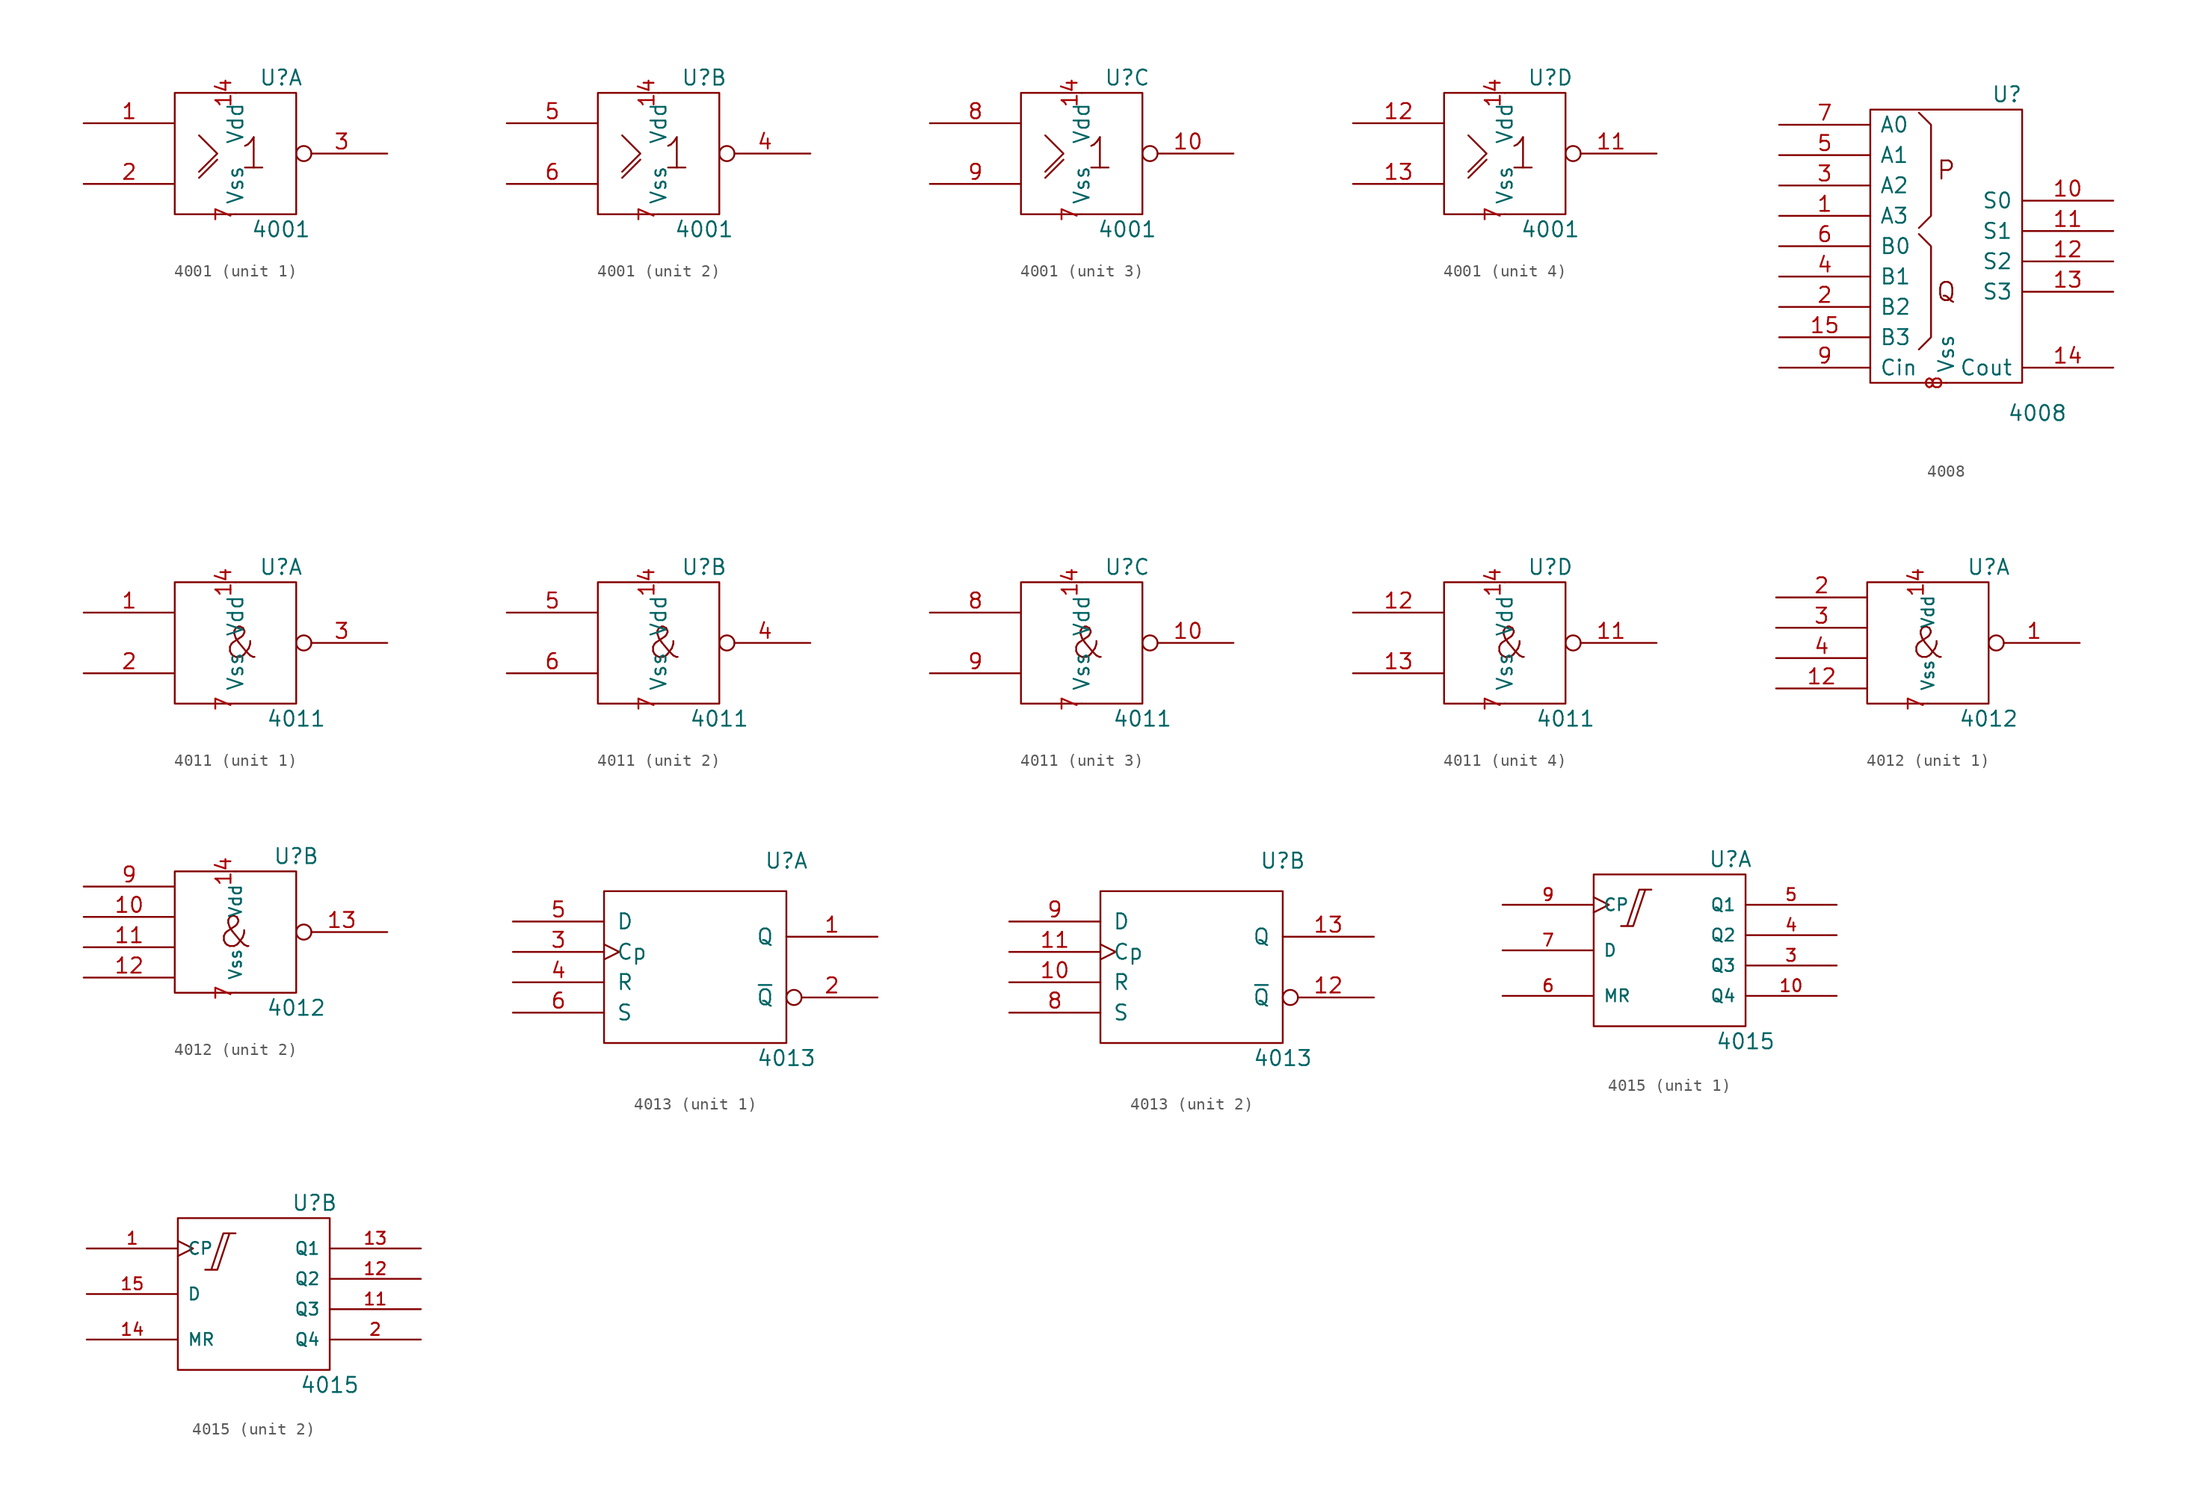
<source format=kicad_sym>
(kicad_symbol_lib
  (version 20211014)
  (generator kicad_symbol_editor)
  (symbol "4001"
    (pin_names
      (offset 0.762))
    (property "Reference" "U"
      (at 3.81 6.35 0)
      (effects (font (size 1.27 1.27))))
    (property "Value" "4001"
      (at 3.81 -6.35 0)
      (effects (font (size 1.27 1.27))))
    (symbol "4001_0_0"
      (rectangle (start -5.08 5.08) (end 5.08 -5.08) (stroke (width 0) (type default) (color 0 0 0 0)) (fill (type none)))
      (text "1" (at 1.524 0 0) (effects (font (size 2.54 2.54))))
      (pin power_in line (at 0 5.08 270) (length 0) (name "Vdd" (effects (font (size 1.27 1.27)))) (number "14" (effects (font (size 1.27 1.27)))))
      (pin power_in line (at 0 -5.08 90) (length 0) (name "Vss" (effects (font (size 1.27 1.27)))) (number "7" (effects (font (size 1.27 1.27))))))
    (symbol "4001_0_1"
      (polyline (pts (xy -3.048 -2.032) (xy -1.524 -0.508) (xy -1.524 -0.508)) (stroke (width 0) (type default) (color 0 0 0 0)) (fill (type none)))
      (polyline (pts (xy -3.048 1.524) (xy -1.524 0) (xy -3.048 -1.524) (xy -3.048 -1.524)) (stroke (width 0) (type default) (color 0 0 0 0)) (fill (type none))))
    (symbol "4001_1_1"
      (pin input line (at -12.7 2.54 0) (length 7.62) (name "~" (effects (font (size 1.27 1.27)))) (number "1" (effects (font (size 1.27 1.27)))))
      (pin input line (at -12.7 -2.54 0) (length 7.62) (name "~" (effects (font (size 1.27 1.27)))) (number "2" (effects (font (size 1.27 1.27)))))
      (pin output inverted (at 12.7 0 180) (length 7.62) (name "~" (effects (font (size 1.27 1.27)))) (number "3" (effects (font (size 1.27 1.27))))))
    (symbol "4001_2_1"
      (pin output inverted (at 12.7 0 180) (length 7.62) (name "~" (effects (font (size 1.27 1.27)))) (number "4" (effects (font (size 1.27 1.27)))))
      (pin input line (at -12.7 2.54 0) (length 7.62) (name "~" (effects (font (size 1.27 1.27)))) (number "5" (effects (font (size 1.27 1.27)))))
      (pin input line (at -12.7 -2.54 0) (length 7.62) (name "~" (effects (font (size 1.27 1.27)))) (number "6" (effects (font (size 1.27 1.27))))))
    (symbol "4001_3_1"
      (pin output inverted (at 12.7 0 180) (length 7.62) (name "~" (effects (font (size 1.27 1.27)))) (number "10" (effects (font (size 1.27 1.27)))))
      (pin input line (at -12.7 2.54 0) (length 7.62) (name "~" (effects (font (size 1.27 1.27)))) (number "8" (effects (font (size 1.27 1.27)))))
      (pin input line (at -12.7 -2.54 0) (length 7.62) (name "~" (effects (font (size 1.27 1.27)))) (number "9" (effects (font (size 1.27 1.27))))))
    (symbol "4001_4_1"
      (pin output inverted (at 12.7 0 180) (length 7.62) (name "~" (effects (font (size 1.27 1.27)))) (number "11" (effects (font (size 1.27 1.27)))))
      (pin input line (at -12.7 2.54 0) (length 7.62) (name "~" (effects (font (size 1.27 1.27)))) (number "12" (effects (font (size 1.27 1.27)))))
      (pin input line (at -12.7 -2.54 0) (length 7.62) (name "~" (effects (font (size 1.27 1.27)))) (number "13" (effects (font (size 1.27 1.27)))))))
  (symbol "4008"
    (pin_names
      (offset 0.762))
    (property "Reference" "U"
      (at 5.08 12.7 0)
      (effects (font (size 1.27 1.27))))
    (property "Value" "4008"
      (at 7.62 -13.97 0)
      (effects (font (size 1.27 1.27))))
    (symbol "4008_0_0"
      (text "P" (at 0 6.35 0) (effects (font (size 1.524 1.524))))
      (text "Q" (at 0 -3.81 0) (effects (font (size 1.524 1.524)))))
    (symbol "4008_0_1"
      (rectangle (start -6.35 11.43) (end 6.35 -11.43) (stroke (width 0) (type default) (color 0 0 0 0)) (fill (type none)))
      (polyline (pts (xy -2.286 1.016) (xy -1.27 0) (xy -1.27 -7.62) (xy -2.286 -8.636) (xy -2.286 -8.636)) (stroke (width 0) (type default) (color 0 0 0 0)) (fill (type none)))
      (polyline (pts (xy -2.286 1.524) (xy -1.27 2.54) (xy -1.27 10.16) (xy -2.286 11.176) (xy -2.286 11.176)) (stroke (width 0) (type default) (color 0 0 0 0)) (fill (type none))))
    (symbol "4008_1_1"
      (pin input line (at -13.97 2.54 0) (length 7.62) (name "A3" (effects (font (size 1.27 1.27)))) (number "1" (effects (font (size 1.27 1.27)))))
      (pin output line (at 13.97 3.81 180) (length 7.62) (name "S0" (effects (font (size 1.27 1.27)))) (number "10" (effects (font (size 1.27 1.27)))))
      (pin output line (at 13.97 1.27 180) (length 7.62) (name "S1" (effects (font (size 1.27 1.27)))) (number "11" (effects (font (size 1.27 1.27)))))
      (pin output line (at 13.97 -1.27 180) (length 7.62) (name "S2" (effects (font (size 1.27 1.27)))) (number "12" (effects (font (size 1.27 1.27)))))
      (pin output line (at 13.97 -3.81 180) (length 7.62) (name "S3" (effects (font (size 1.27 1.27)))) (number "13" (effects (font (size 1.27 1.27)))))
      (pin output line (at 13.97 -10.16 180) (length 7.62) (name "Cout" (effects (font (size 1.27 1.27)))) (number "14" (effects (font (size 1.27 1.27)))))
      (pin input line (at -13.97 -7.62 0) (length 7.62) (name "B3" (effects (font (size 1.27 1.27)))) (number "15" (effects (font (size 1.27 1.27)))))
      (pin output line (at 0 11.43 270) (length 0) hide (name "Vdd" (effects (font (size 1.27 1.27)))) (number "16" (effects (font (size 1.27 1.27)))))
      (pin input line (at -13.97 -5.08 0) (length 7.62) (name "B2" (effects (font (size 1.27 1.27)))) (number "2" (effects (font (size 1.27 1.27)))))
      (pin input line (at -13.97 5.08 0) (length 7.62) (name "A2" (effects (font (size 1.27 1.27)))) (number "3" (effects (font (size 1.27 1.27)))))
      (pin input line (at -13.97 -2.54 0) (length 7.62) (name "B1" (effects (font (size 1.27 1.27)))) (number "4" (effects (font (size 1.27 1.27)))))
      (pin input line (at -13.97 7.62 0) (length 7.62) (name "A1" (effects (font (size 1.27 1.27)))) (number "5" (effects (font (size 1.27 1.27)))))
      (pin input line (at -13.97 0 0) (length 7.62) (name "B0" (effects (font (size 1.27 1.27)))) (number "6" (effects (font (size 1.27 1.27)))))
      (pin input line (at -13.97 10.16 0) (length 7.62) (name "A0" (effects (font (size 1.27 1.27)))) (number "7" (effects (font (size 1.27 1.27)))))
      (pin output line (at 0 -11.43 90) (length 0) (name "Vss" (effects (font (size 1.27 1.27)))) (number "8" (effects (font (size 1.27 1.27)))))
      (pin input line (at -13.97 -10.16 0) (length 7.62) (name "Cin" (effects (font (size 1.27 1.27)))) (number "9" (effects (font (size 1.27 1.27)))))))
  (symbol "4011"
    (pin_names
      (offset 1.016))
    (property "Reference" "U"
      (at 3.81 6.35 0)
      (effects (font (size 1.27 1.27))))
    (property "Value" "4011"
      (at 5.08 -6.35 0)
      (effects (font (size 1.27 1.27))))
    (symbol "4011_0_0"
      (rectangle (start -5.08 5.08) (end 5.08 -5.08) (stroke (width 0) (type default) (color 0 0 0 0)) (fill (type none)))
      (text "&" (at 0.508 0 0) (effects (font (size 2.54 2.54)))))
    (symbol "4011_0_1"
      (pin power_in line (at 0 5.08 270) (length 0) (name "Vdd" (effects (font (size 1.27 1.27)))) (number "14" (effects (font (size 1.27 1.27)))))
      (pin power_in line (at 0 -5.08 90) (length 0) (name "Vss" (effects (font (size 1.27 1.27)))) (number "7" (effects (font (size 1.27 1.27))))))
    (symbol "4011_1_1"
      (pin input line (at -12.7 2.54 0) (length 7.62) (name "~" (effects (font (size 1.27 1.27)))) (number "1" (effects (font (size 1.27 1.27)))))
      (pin input line (at -12.7 -2.54 0) (length 7.62) (name "~" (effects (font (size 1.27 1.27)))) (number "2" (effects (font (size 1.27 1.27)))))
      (pin output inverted (at 12.7 0 180) (length 7.62) (name "~" (effects (font (size 1.27 1.27)))) (number "3" (effects (font (size 1.27 1.27))))))
    (symbol "4011_2_1"
      (pin output inverted (at 12.7 0 180) (length 7.62) (name "~" (effects (font (size 1.27 1.27)))) (number "4" (effects (font (size 1.27 1.27)))))
      (pin input line (at -12.7 2.54 0) (length 7.62) (name "~" (effects (font (size 1.27 1.27)))) (number "5" (effects (font (size 1.27 1.27)))))
      (pin input line (at -12.7 -2.54 0) (length 7.62) (name "~" (effects (font (size 1.27 1.27)))) (number "6" (effects (font (size 1.27 1.27))))))
    (symbol "4011_3_1"
      (pin output inverted (at 12.7 0 180) (length 7.62) (name "~" (effects (font (size 1.27 1.27)))) (number "10" (effects (font (size 1.27 1.27)))))
      (pin input line (at -12.7 2.54 0) (length 7.62) (name "~" (effects (font (size 1.27 1.27)))) (number "8" (effects (font (size 1.27 1.27)))))
      (pin input line (at -12.7 -2.54 0) (length 7.62) (name "~" (effects (font (size 1.27 1.27)))) (number "9" (effects (font (size 1.27 1.27))))))
    (symbol "4011_4_1"
      (pin output inverted (at 12.7 0 180) (length 7.62) (name "~" (effects (font (size 1.27 1.27)))) (number "11" (effects (font (size 1.27 1.27)))))
      (pin input line (at -12.7 2.54 0) (length 7.62) (name "~" (effects (font (size 1.27 1.27)))) (number "12" (effects (font (size 1.27 1.27)))))
      (pin input line (at -12.7 -2.54 0) (length 7.62) (name "~" (effects (font (size 1.27 1.27)))) (number "13" (effects (font (size 1.27 1.27)))))))
  (symbol "4012"
    (pin_names
      (offset 1.016))
    (property "Reference" "U"
      (at 5.08 6.35 0)
      (effects (font (size 1.27 1.27))))
    (property "Value" "4012"
      (at 5.08 -6.35 0)
      (effects (font (size 1.27 1.27))))
    (symbol "4012_0_0"
      (text "&" (at 0 0 0) (effects (font (size 2.54 2.54)))))
    (symbol "4012_0_1"
      (rectangle (start -5.08 5.08) (end 5.08 -5.08) (stroke (width 0) (type default) (color 0 0 0 0)) (fill (type none)))
      (pin power_in line (at 0 5.08 270) (length 0) (name "Vdd" (effects (font (size 1.016 1.016)))) (number "14" (effects (font (size 1.27 1.27)))))
      (pin power_in line (at 0 -5.08 90) (length 0) (name "Vss" (effects (font (size 1.016 1.016)))) (number "7" (effects (font (size 1.27 1.27))))))
    (symbol "4012_1_1"
      (pin output inverted (at 12.7 0 180) (length 7.62) (name "~" (effects (font (size 1.27 1.27)))) (number "1" (effects (font (size 1.27 1.27)))))
      (pin power_in line (at -12.7 -3.81 0) (length 7.62) (name "~" (effects (font (size 1.016 1.016)))) (number "12" (effects (font (size 1.27 1.27)))))
      (pin input line (at -12.7 3.81 0) (length 7.62) (name "~" (effects (font (size 1.27 1.27)))) (number "2" (effects (font (size 1.27 1.27)))))
      (pin input line (at -12.7 1.27 0) (length 7.62) (name "~" (effects (font (size 1.27 1.27)))) (number "3" (effects (font (size 1.27 1.27)))))
      (pin input line (at -12.7 -1.27 0) (length 7.62) (name "~" (effects (font (size 1.27 1.27)))) (number "4" (effects (font (size 1.27 1.27))))))
    (symbol "4012_2_1"
      (pin input line (at -12.7 1.27 0) (length 7.62) (name "~" (effects (font (size 1.27 1.27)))) (number "10" (effects (font (size 1.27 1.27)))))
      (pin input line (at -12.7 -1.27 0) (length 7.62) (name "~" (effects (font (size 1.27 1.27)))) (number "11" (effects (font (size 1.27 1.27)))))
      (pin power_in line (at -12.7 -3.81 0) (length 7.62) (name "~" (effects (font (size 1.016 1.016)))) (number "12" (effects (font (size 1.27 1.27)))))
      (pin output inverted (at 12.7 0 180) (length 7.62) (name "~" (effects (font (size 1.27 1.27)))) (number "13" (effects (font (size 1.27 1.27)))))
      (pin input line (at -12.7 3.81 0) (length 7.62) (name "~" (effects (font (size 1.27 1.27)))) (number "9" (effects (font (size 1.27 1.27)))))))
  (symbol "4013"
    (pin_names
      (offset 1.016))
    (property "Reference" "U"
      (at 7.62 8.89 0)
      (effects (font (size 1.27 1.27))))
    (property "Value" "4013"
      (at 7.62 -7.62 0)
      (effects (font (size 1.27 1.27))))
    (symbol "4013_0_0"
      (pin power_in line (at 0 6.35 270) (length 0) hide (name "Vdd" (effects (font (size 0.762 0.762)))) (number "14" (effects (font (size 1.27 1.27)))))
      (pin power_in line (at 0 -6.35 90) (length 0) hide (name "Vss" (effects (font (size 0.762 0.762)))) (number "7" (effects (font (size 1.27 1.27))))))
    (symbol "4013_0_1"
      (rectangle (start -7.62 6.35) (end 7.62 -6.35) (stroke (width 0) (type default) (color 0 0 0 0)) (fill (type none))))
    (symbol "4013_1_1"
      (pin output line (at 15.24 2.54 180) (length 7.62) (name "Q" (effects (font (size 1.27 1.27)))) (number "1" (effects (font (size 1.27 1.27)))))
      (pin output inverted (at 15.24 -2.54 180) (length 7.62) (name "~{Q}" (effects (font (size 1.27 1.27)))) (number "2" (effects (font (size 1.27 1.27)))))
      (pin input clock (at -15.24 1.27 0) (length 7.62) (name "Cp" (effects (font (size 1.27 1.27)))) (number "3" (effects (font (size 1.27 1.27)))))
      (pin input line (at -15.24 -1.27 0) (length 7.62) (name "R" (effects (font (size 1.27 1.27)))) (number "4" (effects (font (size 1.27 1.27)))))
      (pin input line (at -15.24 3.81 0) (length 7.62) (name "D" (effects (font (size 1.27 1.27)))) (number "5" (effects (font (size 1.27 1.27)))))
      (pin input line (at -15.24 -3.81 0) (length 7.62) (name "S" (effects (font (size 1.27 1.27)))) (number "6" (effects (font (size 1.27 1.27))))))
    (symbol "4013_2_1"
      (pin input line (at -15.24 -1.27 0) (length 7.62) (name "R" (effects (font (size 1.27 1.27)))) (number "10" (effects (font (size 1.27 1.27)))))
      (pin input clock (at -15.24 1.27 0) (length 7.62) (name "Cp" (effects (font (size 1.27 1.27)))) (number "11" (effects (font (size 1.27 1.27)))))
      (pin input inverted (at 15.24 -2.54 180) (length 7.62) (name "~{Q}" (effects (font (size 1.27 1.27)))) (number "12" (effects (font (size 1.27 1.27)))))
      (pin input line (at 15.24 2.54 180) (length 7.62) (name "Q" (effects (font (size 1.27 1.27)))) (number "13" (effects (font (size 1.27 1.27)))))
      (pin input line (at -15.24 -3.81 0) (length 7.62) (name "S" (effects (font (size 1.27 1.27)))) (number "8" (effects (font (size 1.27 1.27)))))
      (pin input line (at -15.24 3.81 0) (length 7.62) (name "D" (effects (font (size 1.27 1.27)))) (number "9" (effects (font (size 1.27 1.27)))))))
  (symbol "4015"
    (pin_names
      (offset 0.762))
    (property "Reference" "U"
      (at 5.08 7.62 0)
      (effects (font (size 1.27 1.27))))
    (property "Value" "4015"
      (at 6.35 -7.62 0)
      (effects (font (size 1.27 1.27))))
    (symbol "4015_0_1"
      (polyline (pts (xy -4.064 2.032) (xy -3.048 2.032) (xy -2.032 5.08) (xy -1.524 5.08) (xy -2.54 5.08) (xy -3.556 2.032) (xy -3.556 2.032)) (stroke (width 0) (type default) (color 0 0 0 0)) (fill (type none)))
      (rectangle (start 6.35 6.35) (end -6.35 -6.35) (stroke (width 0) (type default) (color 0 0 0 0)) (fill (type none)))
      (pin power_in line (at 0 6.35 270) (length 0) hide (name "Vdd" (effects (font (size 1.016 1.016)))) (number "16" (effects (font (size 1.016 1.016)))))
      (pin power_in line (at 0 -6.35 90) (length 0) hide (name "Vss" (effects (font (size 1.016 1.016)))) (number "8" (effects (font (size 1.016 1.016))))))
    (symbol "4015_1_1"
      (pin output line (at 13.97 -3.81 180) (length 7.62) (name "Q4" (effects (font (size 1.016 1.016)))) (number "10" (effects (font (size 1.016 1.016)))))
      (pin output line (at 13.97 -1.27 180) (length 7.62) (name "Q3" (effects (font (size 1.016 1.016)))) (number "3" (effects (font (size 1.016 1.016)))))
      (pin output line (at 13.97 1.27 180) (length 7.62) (name "Q2" (effects (font (size 1.016 1.016)))) (number "4" (effects (font (size 1.016 1.016)))))
      (pin output line (at 13.97 3.81 180) (length 7.62) (name "Q1" (effects (font (size 1.016 1.016)))) (number "5" (effects (font (size 1.016 1.016)))))
      (pin input line (at -13.97 -3.81 0) (length 7.62) (name "MR" (effects (font (size 1.016 1.016)))) (number "6" (effects (font (size 1.016 1.016)))))
      (pin input line (at -13.97 0 0) (length 7.62) (name "D" (effects (font (size 1.016 1.016)))) (number "7" (effects (font (size 1.016 1.016)))))
      (pin input clock (at -13.97 3.81 0) (length 7.62) (name "CP" (effects (font (size 1.016 1.016)))) (number "9" (effects (font (size 1.016 1.016))))))
    (symbol "4015_2_1"
      (pin input clock (at -13.97 3.81 0) (length 7.62) (name "CP" (effects (font (size 1.016 1.016)))) (number "1" (effects (font (size 1.016 1.016)))))
      (pin output line (at 13.97 -1.27 180) (length 7.62) (name "Q3" (effects (font (size 1.016 1.016)))) (number "11" (effects (font (size 1.016 1.016)))))
      (pin output line (at 13.97 1.27 180) (length 7.62) (name "Q2" (effects (font (size 1.016 1.016)))) (number "12" (effects (font (size 1.016 1.016)))))
      (pin output line (at 13.97 3.81 180) (length 7.62) (name "Q1" (effects (font (size 1.016 1.016)))) (number "13" (effects (font (size 1.016 1.016)))))
      (pin input line (at -13.97 -3.81 0) (length 7.62) (name "MR" (effects (font (size 1.016 1.016)))) (number "14" (effects (font (size 1.016 1.016)))))
      (pin input line (at -13.97 0 0) (length 7.62) (name "D" (effects (font (size 1.016 1.016)))) (number "15" (effects (font (size 1.016 1.016)))))
      (pin output line (at 13.97 -3.81 180) (length 7.62) (name "Q4" (effects (font (size 1.016 1.016)))) (number "2" (effects (font (size 1.016 1.016))))))))
</source>
